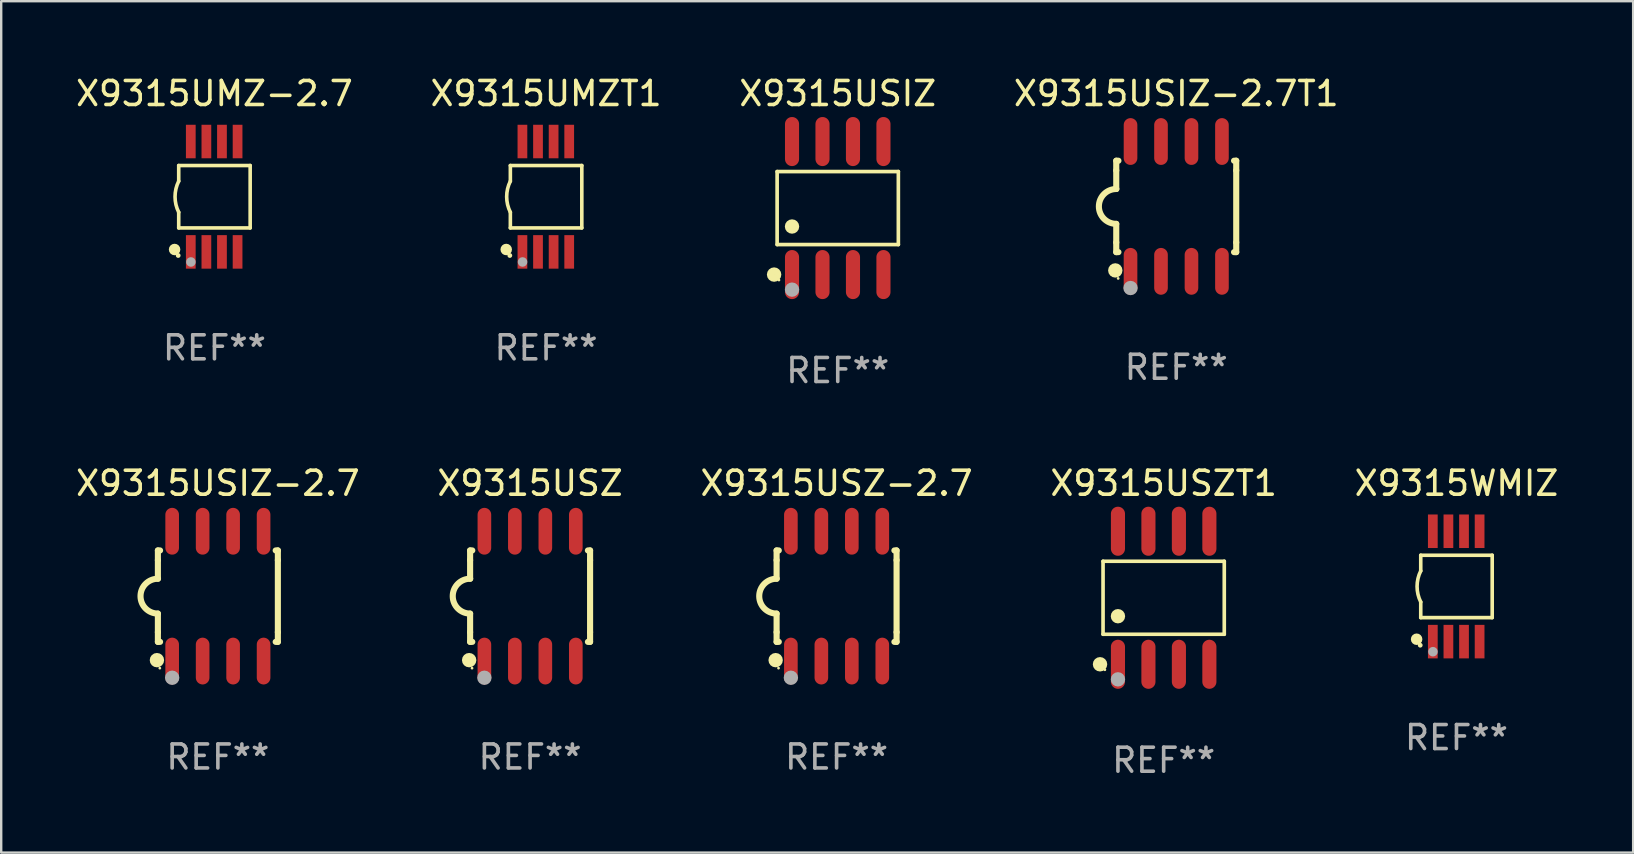
<source format=kicad_pcb>
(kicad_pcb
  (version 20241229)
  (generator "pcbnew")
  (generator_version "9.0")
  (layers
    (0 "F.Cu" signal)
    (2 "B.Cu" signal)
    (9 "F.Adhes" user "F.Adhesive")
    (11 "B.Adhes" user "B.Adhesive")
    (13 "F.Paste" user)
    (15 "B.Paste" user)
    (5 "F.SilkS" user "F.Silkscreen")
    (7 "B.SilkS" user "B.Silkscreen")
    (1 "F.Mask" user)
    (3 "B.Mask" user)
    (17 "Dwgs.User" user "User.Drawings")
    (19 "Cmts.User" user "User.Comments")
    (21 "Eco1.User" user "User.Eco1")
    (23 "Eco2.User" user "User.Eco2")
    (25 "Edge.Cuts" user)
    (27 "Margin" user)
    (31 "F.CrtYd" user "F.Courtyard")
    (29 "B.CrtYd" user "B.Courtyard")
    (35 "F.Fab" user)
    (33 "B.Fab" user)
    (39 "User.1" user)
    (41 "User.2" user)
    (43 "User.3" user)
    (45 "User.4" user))
  (footprint "X9315USIZ"
    (layer "F.Cu")
    (at 31.863 5.621)
    (property "Reference" "X9315USIZ" (at 0 -4.772 0) (layer "F.SilkS") (effects (font (size 1 1) (thickness 0.15))))
    (attr through_hole)
    (fp_line (start -2.526 -1.521) (end 2.526 -1.521) (stroke (width 0.152) (type solid)) (layer "F.SilkS"))
    (fp_line (start -2.526 1.521) (end -2.526 -1.521) (stroke (width 0.152) (type solid)) (layer "F.SilkS"))
    (fp_line (start 2.526 -1.521) (end 2.526 1.521) (stroke (width 0.152) (type solid)) (layer "F.SilkS"))
    (fp_line (start 2.526 1.521) (end -2.526 1.521) (stroke (width 0.152) (type solid)) (layer "F.SilkS"))
    (fp_circle (center -2.652 2.772) (end -2.501 2.772) (stroke (width 0.3) (type solid)) (fill no) (layer "F.SilkS"))
    (fp_circle (center -2.45 3) (end -2.42 3) (stroke (width 0.06) (type solid)) (fill no) (layer "F.SilkS"))
    (fp_circle (center -1.905 0.769) (end -1.755 0.769) (stroke (width 0.3) (type solid)) (fill no) (layer "F.SilkS"))
    (fp_circle (center -1.905 3.4) (end -1.755 3.4) (stroke (width 0.3) (type solid)) (fill no) (layer "F.Fab"))
    (fp_text user "REF**" (at 0 6.772 0) (layer "F.Fab") (effects (font (size 1 1) (thickness 0.15))))
    (pad "1" smd oval (at -1.905 2.772) (size 0.588 2.045) (layers "F.Cu" "F.Mask" "F.Paste"))
    (pad "2" smd oval (at -0.635 2.772) (size 0.588 2.045) (layers "F.Cu" "F.Mask" "F.Paste"))
    (pad "3" smd oval (at 0.635 2.772) (size 0.588 2.045) (layers "F.Cu" "F.Mask" "F.Paste"))
    (pad "4" smd oval (at 1.905 2.772) (size 0.588 2.045) (layers "F.Cu" "F.Mask" "F.Paste"))
    (pad "5" smd oval (at 1.905 -2.772) (size 0.588 2.045) (layers "F.Cu" "F.Mask" "F.Paste"))
    (pad "6" smd oval (at 0.635 -2.772) (size 0.588 2.045) (layers "F.Cu" "F.Mask" "F.Paste"))
    (pad "7" smd oval (at -0.635 -2.772) (size 0.588 2.045) (layers "F.Cu" "F.Mask" "F.Paste"))
    (pad "8" smd oval (at -1.905 -2.772) (size 0.588 2.045) (layers "F.Cu" "F.Mask" "F.Paste")))
  (footprint "X9315USZT1"
    (layer "F.Cu")
    (at 45.446 21.862)
    (property "Reference" "X9315USZT1" (at 0 -4.772 0) (layer "F.SilkS") (effects (font (size 1 1) (thickness 0.15))))
    (attr through_hole)
    (fp_line (start -2.526 -1.521) (end 2.526 -1.521) (stroke (width 0.152) (type solid)) (layer "F.SilkS"))
    (fp_line (start -2.526 1.521) (end -2.526 -1.521) (stroke (width 0.152) (type solid)) (layer "F.SilkS"))
    (fp_line (start 2.526 -1.521) (end 2.526 1.521) (stroke (width 0.152) (type solid)) (layer "F.SilkS"))
    (fp_line (start 2.526 1.521) (end -2.526 1.521) (stroke (width 0.152) (type solid)) (layer "F.SilkS"))
    (fp_circle (center -2.652 2.772) (end -2.501 2.772) (stroke (width 0.3) (type solid)) (fill no) (layer "F.SilkS"))
    (fp_circle (center -2.45 3) (end -2.42 3) (stroke (width 0.06) (type solid)) (fill no) (layer "F.SilkS"))
    (fp_circle (center -1.905 0.769) (end -1.755 0.769) (stroke (width 0.3) (type solid)) (fill no) (layer "F.SilkS"))
    (fp_circle (center -1.905 3.4) (end -1.755 3.4) (stroke (width 0.3) (type solid)) (fill no) (layer "F.Fab"))
    (fp_text user "REF**" (at 0 6.772 0) (layer "F.Fab") (effects (font (size 1 1) (thickness 0.15))))
    (pad "1" smd oval (at -1.905 2.772) (size 0.588 2.045) (layers "F.Cu" "F.Mask" "F.Paste"))
    (pad "2" smd oval (at -0.635 2.772) (size 0.588 2.045) (layers "F.Cu" "F.Mask" "F.Paste"))
    (pad "3" smd oval (at 0.635 2.772) (size 0.588 2.045) (layers "F.Cu" "F.Mask" "F.Paste"))
    (pad "4" smd oval (at 1.905 2.772) (size 0.588 2.045) (layers "F.Cu" "F.Mask" "F.Paste"))
    (pad "5" smd oval (at 1.905 -2.772) (size 0.588 2.045) (layers "F.Cu" "F.Mask" "F.Paste"))
    (pad "6" smd oval (at 0.635 -2.772) (size 0.588 2.045) (layers "F.Cu" "F.Mask" "F.Paste"))
    (pad "7" smd oval (at -0.635 -2.772) (size 0.588 2.045) (layers "F.Cu" "F.Mask" "F.Paste"))
    (pad "8" smd oval (at -1.905 -2.772) (size 0.588 2.045) (layers "F.Cu" "F.Mask" "F.Paste")))
  (footprint "X9315USIZ-2.7T1"
    (layer "F.Cu")
    (at 45.97 5.553)
    (property "Reference" "X9315USIZ-2.7T1" (at 0 -4.705 0) (layer "F.SilkS") (effects (font (size 1 1) (thickness 0.15))))
    (attr through_hole)
    (fp_line (start -2.5 -1.905) (end -2.409 -1.905) (stroke (width 0.254) (type solid)) (layer "F.SilkS"))
    (fp_line (start -2.5 -1.5) (end -2.5 -1.905) (stroke (width 0.254) (type solid)) (layer "F.SilkS"))
    (fp_line (start -2.5 -1.5) (end -2.5 -0.726) (stroke (width 0.254) (type solid)) (layer "F.SilkS"))
    (fp_line (start -2.5 1.5) (end -2.5 0.727) (stroke (width 0.254) (type solid)) (layer "F.SilkS"))
    (fp_line (start -2.5 1.5) (end -2.5 1.905) (stroke (width 0.254) (type solid)) (layer "F.SilkS"))
    (fp_line (start -2.5 1.905) (end -2.409 1.905) (stroke (width 0.254) (type solid)) (layer "F.SilkS"))
    (fp_line (start 2.5 -1.905) (end 2.409 -1.905) (stroke (width 0.254) (type solid)) (layer "F.SilkS"))
    (fp_line (start 2.5 -1.5) (end 2.5 -1.905) (stroke (width 0.254) (type solid)) (layer "F.SilkS"))
    (fp_line (start 2.5 -1.5) (end 2.5 1.5) (stroke (width 0.254) (type solid)) (layer "F.SilkS"))
    (fp_line (start 2.5 1.5) (end 2.5 1.905) (stroke (width 0.254) (type solid)) (layer "F.SilkS"))
    (fp_line (start 2.5 1.905) (end 2.409 1.905) (stroke (width 0.254) (type solid)) (layer "F.SilkS"))
    (fp_arc (start -2.5 0.726568) (mid -3.220316 -0.0023) (end -2.495097 -0.726289) (stroke (width 0.254001) (type solid)) (layer "F.SilkS"))
    (fp_circle (center -2.54 2.667) (end -2.39 2.667) (stroke (width 0.3) (type solid)) (fill no) (layer "F.SilkS"))
    (fp_circle (center -2.42 3) (end -2.39 3) (stroke (width 0.06) (type solid)) (fill no) (layer "F.SilkS"))
    (fp_circle (center -1.905 3.4) (end -1.755 3.4) (stroke (width 0.3) (type solid)) (fill no) (layer "F.Fab"))
    (fp_text user "REF**" (at 0 6.705 0) (layer "F.Fab") (effects (font (size 1 1) (thickness 0.15))))
    (pad "1" smd oval (at -1.905 2.705) (size 0.568 1.95) (layers "F.Cu" "F.Mask" "F.Paste"))
    (pad "2" smd oval (at -0.635 2.705) (size 0.568 1.95) (layers "F.Cu" "F.Mask" "F.Paste"))
    (pad "3" smd oval (at 0.635 2.705) (size 0.568 1.95) (layers "F.Cu" "F.Mask" "F.Paste"))
    (pad "4" smd oval (at 1.905 2.705) (size 0.568 1.95) (layers "F.Cu" "F.Mask" "F.Paste"))
    (pad "5" smd oval (at 1.905 -2.705) (size 0.568 1.95) (layers "F.Cu" "F.Mask" "F.Paste"))
    (pad "6" smd oval (at 0.635 -2.705) (size 0.568 1.95) (layers "F.Cu" "F.Mask" "F.Paste"))
    (pad "7" smd oval (at -0.635 -2.705) (size 0.568 1.95) (layers "F.Cu" "F.Mask" "F.Paste"))
    (pad "8" smd oval (at -1.905 -2.705) (size 0.568 1.95) (layers "F.Cu" "F.Mask" "F.Paste")))
  (footprint "X9315USIZ-2.7"
    (layer "F.Cu")
    (at 6.03 21.795)
    (property "Reference" "X9315USIZ-2.7" (at 0 -4.705 0) (layer "F.SilkS") (effects (font (size 1 1) (thickness 0.15))))
    (attr through_hole)
    (fp_line (start -2.5 -1.905) (end -2.409 -1.905) (stroke (width 0.254) (type solid)) (layer "F.SilkS"))
    (fp_line (start -2.5 -1.5) (end -2.5 -1.905) (stroke (width 0.254) (type solid)) (layer "F.SilkS"))
    (fp_line (start -2.5 -1.5) (end -2.5 -0.726) (stroke (width 0.254) (type solid)) (layer "F.SilkS"))
    (fp_line (start -2.5 1.5) (end -2.5 0.727) (stroke (width 0.254) (type solid)) (layer "F.SilkS"))
    (fp_line (start -2.5 1.5) (end -2.5 1.905) (stroke (width 0.254) (type solid)) (layer "F.SilkS"))
    (fp_line (start -2.5 1.905) (end -2.409 1.905) (stroke (width 0.254) (type solid)) (layer "F.SilkS"))
    (fp_line (start 2.5 -1.905) (end 2.409 -1.905) (stroke (width 0.254) (type solid)) (layer "F.SilkS"))
    (fp_line (start 2.5 -1.5) (end 2.5 -1.905) (stroke (width 0.254) (type solid)) (layer "F.SilkS"))
    (fp_line (start 2.5 -1.5) (end 2.5 1.5) (stroke (width 0.254) (type solid)) (layer "F.SilkS"))
    (fp_line (start 2.5 1.5) (end 2.5 1.905) (stroke (width 0.254) (type solid)) (layer "F.SilkS"))
    (fp_line (start 2.5 1.905) (end 2.409 1.905) (stroke (width 0.254) (type solid)) (layer "F.SilkS"))
    (fp_arc (start -2.5 0.726568) (mid -3.220316 -0.0023) (end -2.495097 -0.726289) (stroke (width 0.254001) (type solid)) (layer "F.SilkS"))
    (fp_circle (center -2.54 2.667) (end -2.39 2.667) (stroke (width 0.3) (type solid)) (fill no) (layer "F.SilkS"))
    (fp_circle (center -2.42 3) (end -2.39 3) (stroke (width 0.06) (type solid)) (fill no) (layer "F.SilkS"))
    (fp_circle (center -1.905 3.4) (end -1.755 3.4) (stroke (width 0.3) (type solid)) (fill no) (layer "F.Fab"))
    (fp_text user "REF**" (at 0 6.705 0) (layer "F.Fab") (effects (font (size 1 1) (thickness 0.15))))
    (pad "1" smd oval (at -1.905 2.705) (size 0.568 1.95) (layers "F.Cu" "F.Mask" "F.Paste"))
    (pad "2" smd oval (at -0.635 2.705) (size 0.568 1.95) (layers "F.Cu" "F.Mask" "F.Paste"))
    (pad "3" smd oval (at 0.635 2.705) (size 0.568 1.95) (layers "F.Cu" "F.Mask" "F.Paste"))
    (pad "4" smd oval (at 1.905 2.705) (size 0.568 1.95) (layers "F.Cu" "F.Mask" "F.Paste"))
    (pad "5" smd oval (at 1.905 -2.705) (size 0.568 1.95) (layers "F.Cu" "F.Mask" "F.Paste"))
    (pad "6" smd oval (at 0.635 -2.705) (size 0.568 1.95) (layers "F.Cu" "F.Mask" "F.Paste"))
    (pad "7" smd oval (at -0.635 -2.705) (size 0.568 1.95) (layers "F.Cu" "F.Mask" "F.Paste"))
    (pad "8" smd oval (at -1.905 -2.705) (size 0.568 1.95) (layers "F.Cu" "F.Mask" "F.Paste")))
  (footprint "X9315USZ"
    (layer "F.Cu")
    (at 19.042 21.795)
    (property "Reference" "X9315USZ" (at 0 -4.705 0) (layer "F.SilkS") (effects (font (size 1 1) (thickness 0.15))))
    (attr through_hole)
    (fp_line (start -2.5 -1.905) (end -2.409 -1.905) (stroke (width 0.254) (type solid)) (layer "F.SilkS"))
    (fp_line (start -2.5 -1.5) (end -2.5 -1.905) (stroke (width 0.254) (type solid)) (layer "F.SilkS"))
    (fp_line (start -2.5 -1.5) (end -2.5 -0.726) (stroke (width 0.254) (type solid)) (layer "F.SilkS"))
    (fp_line (start -2.5 1.5) (end -2.5 0.727) (stroke (width 0.254) (type solid)) (layer "F.SilkS"))
    (fp_line (start -2.5 1.5) (end -2.5 1.905) (stroke (width 0.254) (type solid)) (layer "F.SilkS"))
    (fp_line (start -2.5 1.905) (end -2.409 1.905) (stroke (width 0.254) (type solid)) (layer "F.SilkS"))
    (fp_line (start 2.5 -1.905) (end 2.409 -1.905) (stroke (width 0.254) (type solid)) (layer "F.SilkS"))
    (fp_line (start 2.5 -1.5) (end 2.5 -1.905) (stroke (width 0.254) (type solid)) (layer "F.SilkS"))
    (fp_line (start 2.5 -1.5) (end 2.5 1.5) (stroke (width 0.254) (type solid)) (layer "F.SilkS"))
    (fp_line (start 2.5 1.5) (end 2.5 1.905) (stroke (width 0.254) (type solid)) (layer "F.SilkS"))
    (fp_line (start 2.5 1.905) (end 2.409 1.905) (stroke (width 0.254) (type solid)) (layer "F.SilkS"))
    (fp_arc (start -2.5 0.726568) (mid -3.220316 -0.0023) (end -2.495097 -0.726289) (stroke (width 0.254001) (type solid)) (layer "F.SilkS"))
    (fp_circle (center -2.54 2.667) (end -2.39 2.667) (stroke (width 0.3) (type solid)) (fill no) (layer "F.SilkS"))
    (fp_circle (center -2.42 3) (end -2.39 3) (stroke (width 0.06) (type solid)) (fill no) (layer "F.SilkS"))
    (fp_circle (center -1.905 3.4) (end -1.755 3.4) (stroke (width 0.3) (type solid)) (fill no) (layer "F.Fab"))
    (fp_text user "REF**" (at 0 6.705 0) (layer "F.Fab") (effects (font (size 1 1) (thickness 0.15))))
    (pad "1" smd oval (at -1.905 2.705) (size 0.568 1.95) (layers "F.Cu" "F.Mask" "F.Paste"))
    (pad "2" smd oval (at -0.635 2.705) (size 0.568 1.95) (layers "F.Cu" "F.Mask" "F.Paste"))
    (pad "3" smd oval (at 0.635 2.705) (size 0.568 1.95) (layers "F.Cu" "F.Mask" "F.Paste"))
    (pad "4" smd oval (at 1.905 2.705) (size 0.568 1.95) (layers "F.Cu" "F.Mask" "F.Paste"))
    (pad "5" smd oval (at 1.905 -2.705) (size 0.568 1.95) (layers "F.Cu" "F.Mask" "F.Paste"))
    (pad "6" smd oval (at 0.635 -2.705) (size 0.568 1.95) (layers "F.Cu" "F.Mask" "F.Paste"))
    (pad "7" smd oval (at -0.635 -2.705) (size 0.568 1.95) (layers "F.Cu" "F.Mask" "F.Paste"))
    (pad "8" smd oval (at -1.905 -2.705) (size 0.568 1.95) (layers "F.Cu" "F.Mask" "F.Paste")))
  (footprint "X9315UMZT1"
    (layer "F.Cu")
    (at 19.708 5.148)
    (property "Reference" "X9315UMZT1" (at 0 -4.3 0) (layer "F.SilkS") (effects (font (size 1 1) (thickness 0.15))))
    (attr through_hole)
    (fp_line (start -1.489 -1.3) (end -1.489 -0.648) (stroke (width 0.15) (type solid)) (layer "F.SilkS"))
    (fp_line (start -1.489 0.648) (end -1.489 1.3) (stroke (width 0.15) (type solid)) (layer "F.SilkS"))
    (fp_line (start -1.489 1.3) (end 1.489 1.3) (stroke (width 0.15) (type solid)) (layer "F.SilkS"))
    (fp_line (start 1.489 -1.3) (end -1.489 -1.3) (stroke (width 0.15) (type solid)) (layer "F.SilkS"))
    (fp_line (start 1.489 1.3) (end 1.489 -1.3) (stroke (width 0.15) (type solid)) (layer "F.SilkS"))
    (fp_arc (start -1.489205 0.647702) (mid -1.642107 0) (end -1.489205 -0.647701) (stroke (width 0.150013) (type solid)) (layer "F.SilkS"))
    (fp_circle (center -1.661 2.2) (end -1.541 2.2) (stroke (width 0.24) (type solid)) (fill no) (layer "F.SilkS"))
    (fp_circle (center -1.511 2.45) (end -1.461 2.45) (stroke (width 0.1) (type solid)) (fill no) (layer "F.SilkS"))
    (fp_circle (center -0.981 2.72) (end -0.881 2.72) (stroke (width 0.2) (type solid)) (fill no) (layer "F.Fab"))
    (fp_text user "REF**" (at 0 6.3 0) (layer "F.Fab") (effects (font (size 1 1) (thickness 0.15))))
    (pad "1" smd rect (at -0.986 2.3) (size 0.406 1.397) (layers "F.Cu" "F.Mask" "F.Paste"))
    (pad "2" smd rect (at -0.336 2.3) (size 0.406 1.397) (layers "F.Cu" "F.Mask" "F.Paste"))
    (pad "3" smd rect (at 0.314 2.3) (size 0.406 1.397) (layers "F.Cu" "F.Mask" "F.Paste"))
    (pad "4" smd rect (at 0.964 2.3) (size 0.406 1.397) (layers "F.Cu" "F.Mask" "F.Paste"))
    (pad "5" smd rect (at 0.964 -2.3) (size 0.406 1.397) (layers "F.Cu" "F.Mask" "F.Paste"))
    (pad "6" smd rect (at 0.314 -2.3) (size 0.406 1.397) (layers "F.Cu" "F.Mask" "F.Paste"))
    (pad "7" smd rect (at -0.336 -2.3) (size 0.406 1.397) (layers "F.Cu" "F.Mask" "F.Paste"))
    (pad "8" smd rect (at -0.986 -2.3) (size 0.406 1.397) (layers "F.Cu" "F.Mask" "F.Paste")))
  (footprint "X9315UMZ-2.7"
    (layer "F.Cu")
    (at 5.887 5.148)
    (property "Reference" "X9315UMZ-2.7" (at 0 -4.3 0) (layer "F.SilkS") (effects (font (size 1 1) (thickness 0.15))))
    (attr through_hole)
    (fp_line (start -1.489 -1.3) (end -1.489 -0.648) (stroke (width 0.15) (type solid)) (layer "F.SilkS"))
    (fp_line (start -1.489 0.648) (end -1.489 1.3) (stroke (width 0.15) (type solid)) (layer "F.SilkS"))
    (fp_line (start -1.489 1.3) (end 1.489 1.3) (stroke (width 0.15) (type solid)) (layer "F.SilkS"))
    (fp_line (start 1.489 -1.3) (end -1.489 -1.3) (stroke (width 0.15) (type solid)) (layer "F.SilkS"))
    (fp_line (start 1.489 1.3) (end 1.489 -1.3) (stroke (width 0.15) (type solid)) (layer "F.SilkS"))
    (fp_arc (start -1.489205 0.647702) (mid -1.642107 0) (end -1.489205 -0.647701) (stroke (width 0.150013) (type solid)) (layer "F.SilkS"))
    (fp_circle (center -1.661 2.2) (end -1.541 2.2) (stroke (width 0.24) (type solid)) (fill no) (layer "F.SilkS"))
    (fp_circle (center -1.511 2.45) (end -1.461 2.45) (stroke (width 0.1) (type solid)) (fill no) (layer "F.SilkS"))
    (fp_circle (center -0.981 2.72) (end -0.881 2.72) (stroke (width 0.2) (type solid)) (fill no) (layer "F.Fab"))
    (fp_text user "REF**" (at 0 6.3 0) (layer "F.Fab") (effects (font (size 1 1) (thickness 0.15))))
    (pad "1" smd rect (at -0.986 2.3) (size 0.406 1.397) (layers "F.Cu" "F.Mask" "F.Paste"))
    (pad "2" smd rect (at -0.336 2.3) (size 0.406 1.397) (layers "F.Cu" "F.Mask" "F.Paste"))
    (pad "3" smd rect (at 0.314 2.3) (size 0.406 1.397) (layers "F.Cu" "F.Mask" "F.Paste"))
    (pad "4" smd rect (at 0.964 2.3) (size 0.406 1.397) (layers "F.Cu" "F.Mask" "F.Paste"))
    (pad "5" smd rect (at 0.964 -2.3) (size 0.406 1.397) (layers "F.Cu" "F.Mask" "F.Paste"))
    (pad "6" smd rect (at 0.314 -2.3) (size 0.406 1.397) (layers "F.Cu" "F.Mask" "F.Paste"))
    (pad "7" smd rect (at -0.336 -2.3) (size 0.406 1.397) (layers "F.Cu" "F.Mask" "F.Paste"))
    (pad "8" smd rect (at -0.986 -2.3) (size 0.406 1.397) (layers "F.Cu" "F.Mask" "F.Paste")))
  (footprint "X9315USZ-2.7"
    (layer "F.Cu")
    (at 31.815 21.795)
    (property "Reference" "X9315USZ-2.7" (at 0 -4.705 0) (layer "F.SilkS") (effects (font (size 1 1) (thickness 0.15))))
    (attr through_hole)
    (fp_line (start -2.5 -1.905) (end -2.409 -1.905) (stroke (width 0.254) (type solid)) (layer "F.SilkS"))
    (fp_line (start -2.5 -1.5) (end -2.5 -1.905) (stroke (width 0.254) (type solid)) (layer "F.SilkS"))
    (fp_line (start -2.5 -1.5) (end -2.5 -0.726) (stroke (width 0.254) (type solid)) (layer "F.SilkS"))
    (fp_line (start -2.5 1.5) (end -2.5 0.727) (stroke (width 0.254) (type solid)) (layer "F.SilkS"))
    (fp_line (start -2.5 1.5) (end -2.5 1.905) (stroke (width 0.254) (type solid)) (layer "F.SilkS"))
    (fp_line (start -2.5 1.905) (end -2.409 1.905) (stroke (width 0.254) (type solid)) (layer "F.SilkS"))
    (fp_line (start 2.5 -1.905) (end 2.409 -1.905) (stroke (width 0.254) (type solid)) (layer "F.SilkS"))
    (fp_line (start 2.5 -1.5) (end 2.5 -1.905) (stroke (width 0.254) (type solid)) (layer "F.SilkS"))
    (fp_line (start 2.5 -1.5) (end 2.5 1.5) (stroke (width 0.254) (type solid)) (layer "F.SilkS"))
    (fp_line (start 2.5 1.5) (end 2.5 1.905) (stroke (width 0.254) (type solid)) (layer "F.SilkS"))
    (fp_line (start 2.5 1.905) (end 2.409 1.905) (stroke (width 0.254) (type solid)) (layer "F.SilkS"))
    (fp_arc (start -2.5 0.726568) (mid -3.220316 -0.0023) (end -2.495097 -0.726289) (stroke (width 0.254001) (type solid)) (layer "F.SilkS"))
    (fp_circle (center -2.54 2.667) (end -2.39 2.667) (stroke (width 0.3) (type solid)) (fill no) (layer "F.SilkS"))
    (fp_circle (center -2.42 3) (end -2.39 3) (stroke (width 0.06) (type solid)) (fill no) (layer "F.SilkS"))
    (fp_circle (center -1.905 3.4) (end -1.755 3.4) (stroke (width 0.3) (type solid)) (fill no) (layer "F.Fab"))
    (fp_text user "REF**" (at 0 6.705 0) (layer "F.Fab") (effects (font (size 1 1) (thickness 0.15))))
    (pad "1" smd oval (at -1.905 2.705) (size 0.568 1.95) (layers "F.Cu" "F.Mask" "F.Paste"))
    (pad "2" smd oval (at -0.635 2.705) (size 0.568 1.95) (layers "F.Cu" "F.Mask" "F.Paste"))
    (pad "3" smd oval (at 0.635 2.705) (size 0.568 1.95) (layers "F.Cu" "F.Mask" "F.Paste"))
    (pad "4" smd oval (at 1.905 2.705) (size 0.568 1.95) (layers "F.Cu" "F.Mask" "F.Paste"))
    (pad "5" smd oval (at 1.905 -2.705) (size 0.568 1.95) (layers "F.Cu" "F.Mask" "F.Paste"))
    (pad "6" smd oval (at 0.635 -2.705) (size 0.568 1.95) (layers "F.Cu" "F.Mask" "F.Paste"))
    (pad "7" smd oval (at -0.635 -2.705) (size 0.568 1.95) (layers "F.Cu" "F.Mask" "F.Paste"))
    (pad "8" smd oval (at -1.905 -2.705) (size 0.568 1.95) (layers "F.Cu" "F.Mask" "F.Paste")))
  (footprint "X9315WMIZ"
    (layer "F.Cu")
    (at 57.649 21.39)
    (property "Reference" "X9315WMIZ" (at 0 -4.3 0) (layer "F.SilkS") (effects (font (size 1 1) (thickness 0.15))))
    (attr through_hole)
    (fp_line (start -1.489 -1.3) (end -1.489 -0.648) (stroke (width 0.15) (type solid)) (layer "F.SilkS"))
    (fp_line (start -1.489 0.648) (end -1.489 1.3) (stroke (width 0.15) (type solid)) (layer "F.SilkS"))
    (fp_line (start -1.489 1.3) (end 1.489 1.3) (stroke (width 0.15) (type solid)) (layer "F.SilkS"))
    (fp_line (start 1.489 -1.3) (end -1.489 -1.3) (stroke (width 0.15) (type solid)) (layer "F.SilkS"))
    (fp_line (start 1.489 1.3) (end 1.489 -1.3) (stroke (width 0.15) (type solid)) (layer "F.SilkS"))
    (fp_arc (start -1.489205 0.647702) (mid -1.642107 0) (end -1.489205 -0.647701) (stroke (width 0.150013) (type solid)) (layer "F.SilkS"))
    (fp_circle (center -1.661 2.2) (end -1.541 2.2) (stroke (width 0.24) (type solid)) (fill no) (layer "F.SilkS"))
    (fp_circle (center -1.511 2.45) (end -1.461 2.45) (stroke (width 0.1) (type solid)) (fill no) (layer "F.SilkS"))
    (fp_circle (center -0.981 2.72) (end -0.881 2.72) (stroke (width 0.2) (type solid)) (fill no) (layer "F.Fab"))
    (fp_text user "REF**" (at 0 6.3 0) (layer "F.Fab") (effects (font (size 1 1) (thickness 0.15))))
    (pad "1" smd rect (at -0.986 2.3) (size 0.406 1.397) (layers "F.Cu" "F.Mask" "F.Paste"))
    (pad "2" smd rect (at -0.336 2.3) (size 0.406 1.397) (layers "F.Cu" "F.Mask" "F.Paste"))
    (pad "3" smd rect (at 0.314 2.3) (size 0.406 1.397) (layers "F.Cu" "F.Mask" "F.Paste"))
    (pad "4" smd rect (at 0.964 2.3) (size 0.406 1.397) (layers "F.Cu" "F.Mask" "F.Paste"))
    (pad "5" smd rect (at 0.964 -2.3) (size 0.406 1.397) (layers "F.Cu" "F.Mask" "F.Paste"))
    (pad "6" smd rect (at 0.314 -2.3) (size 0.406 1.397) (layers "F.Cu" "F.Mask" "F.Paste"))
    (pad "7" smd rect (at -0.336 -2.3) (size 0.406 1.397) (layers "F.Cu" "F.Mask" "F.Paste"))
    (pad "8" smd rect (at -0.986 -2.3) (size 0.406 1.397) (layers "F.Cu" "F.Mask" "F.Paste")))
  (gr_rect
    (start -3 -3)
    (end 65.012 32.483)
    (stroke (width 0.1) (type default))
    (fill no)
    (layer "Edge.Cuts")))
</source>
